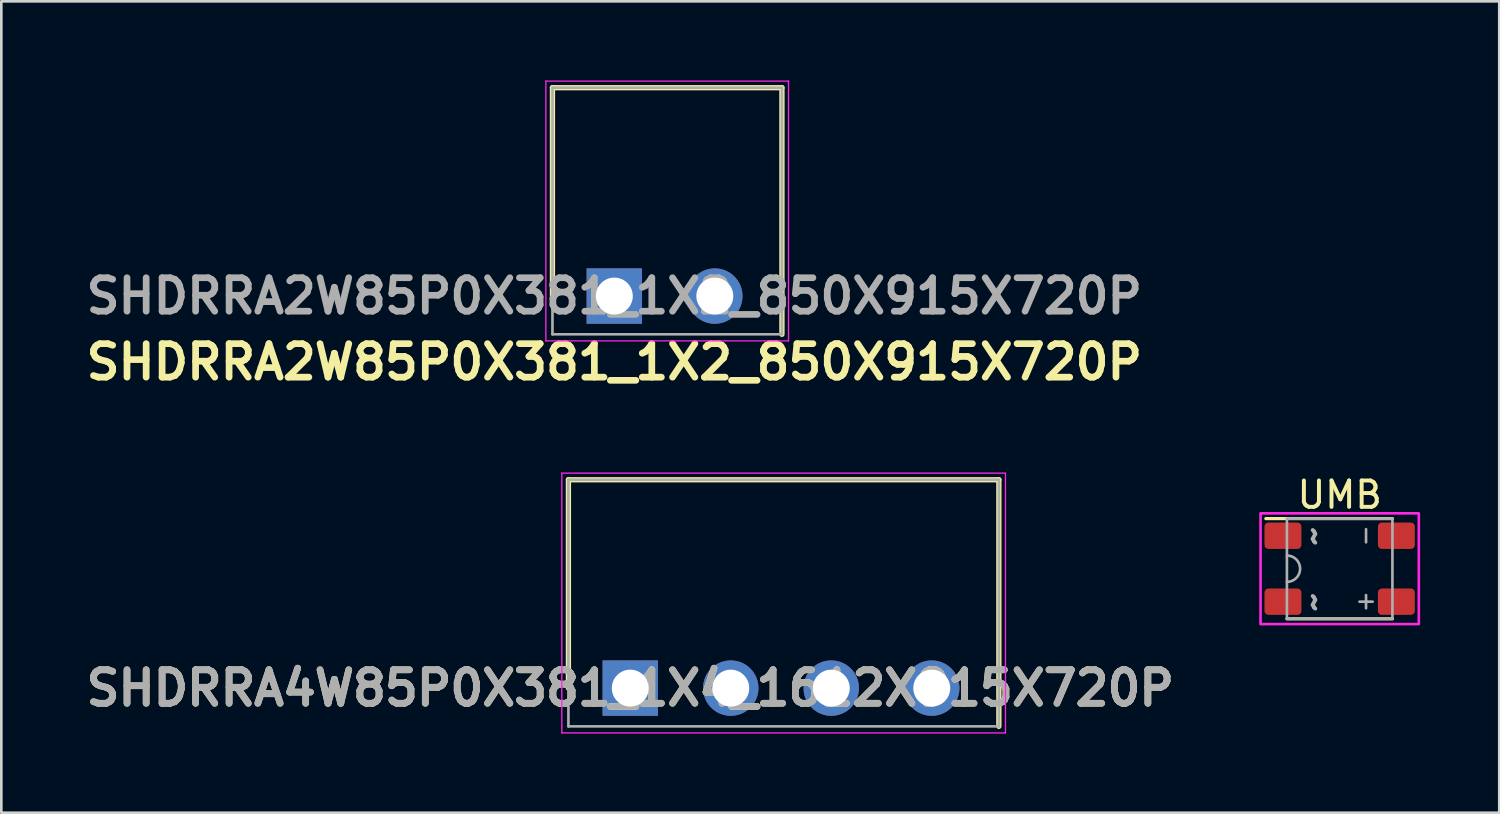
<source format=kicad_pcb>
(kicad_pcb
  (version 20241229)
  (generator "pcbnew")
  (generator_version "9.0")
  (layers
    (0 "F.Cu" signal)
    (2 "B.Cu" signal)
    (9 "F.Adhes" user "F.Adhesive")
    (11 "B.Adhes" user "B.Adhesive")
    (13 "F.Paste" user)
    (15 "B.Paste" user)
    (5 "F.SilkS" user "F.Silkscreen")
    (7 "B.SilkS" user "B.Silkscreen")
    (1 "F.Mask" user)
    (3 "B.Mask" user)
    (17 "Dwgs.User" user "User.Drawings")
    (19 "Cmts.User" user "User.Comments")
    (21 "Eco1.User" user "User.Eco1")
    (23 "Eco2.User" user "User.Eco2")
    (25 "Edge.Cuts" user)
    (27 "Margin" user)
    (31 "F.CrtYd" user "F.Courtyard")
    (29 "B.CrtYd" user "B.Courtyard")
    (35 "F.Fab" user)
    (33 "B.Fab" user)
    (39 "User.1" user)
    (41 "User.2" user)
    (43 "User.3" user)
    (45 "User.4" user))
  (footprint "SHDRRA2W85P0X381_1X2_850X915X720P"
    (layer "F.Cu")
    (at 20.241 8.175)
    (property "Reference" "SHDRRA2W85P0X381_1X2_850X915X720P" (at 0 2.5 0) (layer "F.SilkS") (effects (font (size 1.27 1.27) (thickness 0.254))))
    (attr through_hole)
    (fp_line (start -2.345 -7.9) (end 6.355 -7.9) (stroke (width 0.2) (type solid)) (layer "F.SilkS"))
    (fp_line (start -2.345 0) (end -2.345 -7.9) (stroke (width 0.2) (type solid)) (layer "F.SilkS"))
    (fp_line (start 6.355 -7.9) (end 6.355 1.45) (stroke (width 0.2) (type solid)) (layer "F.SilkS"))
    (fp_line (start -2.595 -8.15) (end -2.595 1.7) (stroke (width 0.05) (type solid)) (layer "F.CrtYd"))
    (fp_line (start -2.595 1.7) (end 6.605 1.7) (stroke (width 0.05) (type solid)) (layer "F.CrtYd"))
    (fp_line (start 6.605 -8.15) (end -2.595 -8.15) (stroke (width 0.05) (type solid)) (layer "F.CrtYd"))
    (fp_line (start 6.605 1.7) (end 6.605 -8.15) (stroke (width 0.05) (type solid)) (layer "F.CrtYd"))
    (fp_line (start -2.345 -7.9) (end 6.355 -7.9) (stroke (width 0.1) (type solid)) (layer "F.Fab"))
    (fp_line (start -2.345 1.45) (end -2.345 -7.9) (stroke (width 0.1) (type solid)) (layer "F.Fab"))
    (fp_line (start 6.355 -7.9) (end 6.355 1.45) (stroke (width 0.1) (type solid)) (layer "F.Fab"))
    (fp_line (start 6.355 1.45) (end -2.345 1.45) (stroke (width 0.1) (type solid)) (layer "F.Fab"))
    (fp_text user "${REFERENCE}" (at 0 0 0) (layer "F.Fab") (effects (font (size 1.27 1.27) (thickness 0.254))))
    (pad "1" thru_hole rect (at 0 0) (size 2.1 2.1) (drill 1.4) (layers "*.Cu" "*.Mask"))
    (pad "2" thru_hole circle (at 3.81 0) (size 2.1 2.1) (drill 1.4) (layers "*.Cu" "*.Mask")))
  (footprint "SHDRRA4W85P0X381_1X4_1612X915X720P"
    (layer "F.Cu")
    (at 20.846 23.039)
    (property "Reference" "SHDRRA4W85P0X381_1X4_1612X915X720P" (at 0 0 0) (layer "F.SilkS") (effects (font (size 1.27 1.27) (thickness 0.254))))
    (attr through_hole)
    (fp_line (start -2.345 -7.9) (end 13.975 -7.9) (stroke (width 0.2) (type solid)) (layer "F.SilkS"))
    (fp_line (start -2.345 0) (end -2.345 -7.9) (stroke (width 0.2) (type solid)) (layer "F.SilkS"))
    (fp_line (start 13.975 -7.9) (end 13.975 1.45) (stroke (width 0.2) (type solid)) (layer "F.SilkS"))
    (fp_line (start -2.595 -8.15) (end -2.595 1.7) (stroke (width 0.05) (type solid)) (layer "F.CrtYd"))
    (fp_line (start -2.595 1.7) (end 14.225 1.7) (stroke (width 0.05) (type solid)) (layer "F.CrtYd"))
    (fp_line (start 14.225 -8.15) (end -2.595 -8.15) (stroke (width 0.05) (type solid)) (layer "F.CrtYd"))
    (fp_line (start 14.225 1.7) (end 14.225 -8.15) (stroke (width 0.05) (type solid)) (layer "F.CrtYd"))
    (fp_line (start -2.345 -7.9) (end 13.975 -7.9) (stroke (width 0.1) (type solid)) (layer "F.Fab"))
    (fp_line (start -2.345 1.45) (end -2.345 -7.9) (stroke (width 0.1) (type solid)) (layer "F.Fab"))
    (fp_line (start 13.975 -7.9) (end 13.975 1.45) (stroke (width 0.1) (type solid)) (layer "F.Fab"))
    (fp_line (start 13.975 1.45) (end -2.345 1.45) (stroke (width 0.1) (type solid)) (layer "F.Fab"))
    (fp_text user "${REFERENCE}" (at 0 0 0) (layer "F.Fab") (effects (font (size 1.27 1.27) (thickness 0.254))))
    (pad "1" thru_hole rect (at 0 0) (size 2.1 2.1) (drill 1.4) (layers "*.Cu" "*.Mask"))
    (pad "2" thru_hole circle (at 3.81 0) (size 2.1 2.1) (drill 1.4) (layers "*.Cu" "*.Mask"))
    (pad "3" thru_hole circle (at 7.62 0) (size 2.1 2.1) (drill 1.4) (layers "*.Cu" "*.Mask"))
    (pad "4" thru_hole circle (at 11.43 0) (size 2.1 2.1) (drill 1.4) (layers "*.Cu" "*.Mask")))
  (footprint "UMB"
    (layer "F.Cu")
    (at 47.742 18.512)
    (property "Reference" "UMB" (at 0 -2.8 0) (unlocked yes) (layer "F.SilkS") (effects (font (size 1 1) (thickness 0.15))))
    (attr smd)
    (fp_line (start -2.8 -1.9) (end 2 -1.9) (stroke (width 0.12) (type solid)) (layer "F.SilkS"))
    (fp_line (start 2 1.9) (end -2 1.9) (stroke (width 0.12) (type solid)) (layer "F.SilkS"))
    (fp_rect (start -3 -2.1) (end 3 2.1) (stroke (width 0.1) (type solid)) (fill no) (layer "F.CrtYd"))
    (fp_line (start 0.75 1.25) (end 1.25 1.25) (stroke (width 0.1) (type solid)) (layer "F.Fab"))
    (fp_line (start 1 -1.5) (end 1 -1) (stroke (width 0.1) (type solid)) (layer "F.Fab"))
    (fp_line (start 1 1) (end 1 1.5) (stroke (width 0.1) (type solid)) (layer "F.Fab"))
    (fp_rect (start 2 -1.9) (end -2 1.9) (stroke (width 0.1) (type solid)) (fill no) (layer "F.Fab"))
    (fp_arc (start -2 -0.5) (mid -1.5 0) (end -2 0.5) (stroke (width 0.1) (type solid)) (layer "F.Fab"))
    (fp_text user "~" (at -1 -1.25 90) (unlocked yes) (layer "F.Fab") (effects (font (size 1 1) (thickness 0.15))))
    (fp_text user "~" (at -1 1.25 90) (unlocked yes) (layer "F.Fab") (effects (font (size 1 1) (thickness 0.15))))
    (pad "1" smd roundrect (at -2.15 -1.25) (size 1.4 1) (layers "F.Cu" "F.Mask" "F.Paste") (roundrect_rratio 0.15))
    (pad "2" smd roundrect (at -2.15 1.25) (size 1.4 1) (layers "F.Cu" "F.Mask" "F.Paste") (roundrect_rratio 0.15))
    (pad "3" smd roundrect (at 2.15 1.25) (size 1.4 1) (layers "F.Cu" "F.Mask" "F.Paste") (roundrect_rratio 0.15))
    (pad "4" smd roundrect (at 2.15 -1.25) (size 1.4 1) (layers "F.Cu" "F.Mask" "F.Paste") (roundrect_rratio 0.15)))
  (gr_rect
    (start -3 -3)
    (end 53.792 27.764)
    (stroke (width 0.1) (type default))
    (fill no)
    (layer "Edge.Cuts")))
</source>
